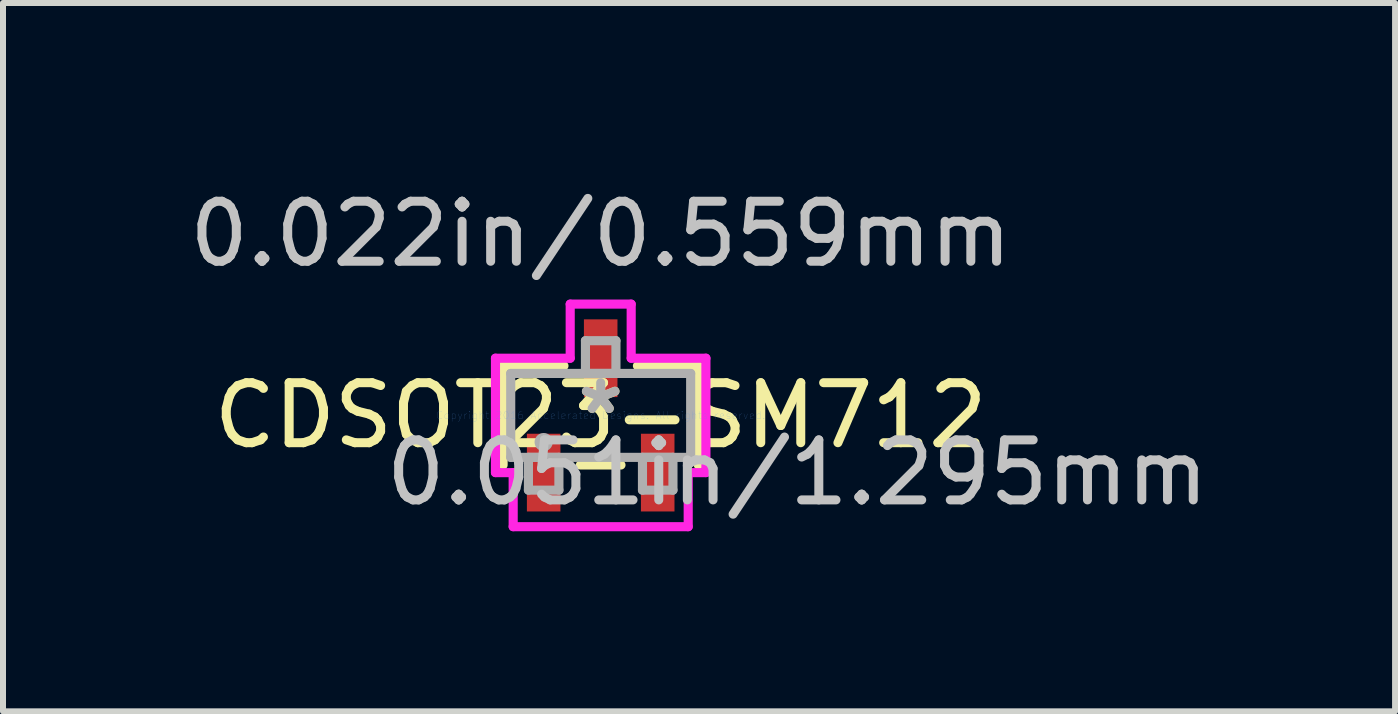
<source format=kicad_pcb>
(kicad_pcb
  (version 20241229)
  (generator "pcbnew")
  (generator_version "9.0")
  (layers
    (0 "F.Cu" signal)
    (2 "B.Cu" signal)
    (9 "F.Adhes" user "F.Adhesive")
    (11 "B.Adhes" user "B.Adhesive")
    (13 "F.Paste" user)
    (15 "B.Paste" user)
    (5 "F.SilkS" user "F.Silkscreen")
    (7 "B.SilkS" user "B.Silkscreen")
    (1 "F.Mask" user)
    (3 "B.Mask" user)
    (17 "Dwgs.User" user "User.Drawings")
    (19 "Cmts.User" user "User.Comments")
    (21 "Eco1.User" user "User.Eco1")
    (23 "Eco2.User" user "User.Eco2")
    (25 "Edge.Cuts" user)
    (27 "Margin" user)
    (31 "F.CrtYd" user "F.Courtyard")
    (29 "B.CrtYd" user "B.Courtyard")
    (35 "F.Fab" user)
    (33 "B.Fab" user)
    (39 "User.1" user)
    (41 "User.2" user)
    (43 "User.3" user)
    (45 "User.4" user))
  (footprint "CDSOT23-SM712"
    (layer "F.Cu")
    (at 6.958 3.871)
    (property "Reference" "CDSOT23-SM712" (at 0 0 0) (layer "F.SilkS") (effects (font (size 1 1) (thickness 0.15))))
    (attr through_hole)
    (fp_line (start -1.626 -0.826) (end -1.626 0.826) (stroke (width 0.152) (type solid)) (layer "F.SilkS"))
    (fp_line (start -0.612 -0.826) (end -1.626 -0.826) (stroke (width 0.152) (type solid)) (layer "F.SilkS"))
    (fp_line (start -0.338 0.826) (end 0.338 0.826) (stroke (width 0.152) (type solid)) (layer "F.SilkS"))
    (fp_line (start 1.626 -0.826) (end 0.612 -0.826) (stroke (width 0.152) (type solid)) (layer "F.SilkS"))
    (fp_line (start 1.626 0.826) (end 1.626 -0.826) (stroke (width 0.152) (type solid)) (layer "F.SilkS"))
    (fp_line (start -1.753 -0.953) (end -0.508 -0.953) (stroke (width 0.152) (type solid)) (layer "F.CrtYd"))
    (fp_line (start -1.753 0.953) (end -1.753 -0.953) (stroke (width 0.152) (type solid)) (layer "F.CrtYd"))
    (fp_line (start -1.458 0.953) (end -1.753 0.953) (stroke (width 0.152) (type solid)) (layer "F.CrtYd"))
    (fp_line (start -1.458 1.854) (end -1.458 0.953) (stroke (width 0.152) (type solid)) (layer "F.CrtYd"))
    (fp_line (start -0.508 -1.854) (end 0.508 -1.854) (stroke (width 0.152) (type solid)) (layer "F.CrtYd"))
    (fp_line (start -0.508 -0.953) (end -0.508 -1.854) (stroke (width 0.152) (type solid)) (layer "F.CrtYd"))
    (fp_line (start 0.508 -1.854) (end 0.508 -0.953) (stroke (width 0.152) (type solid)) (layer "F.CrtYd"))
    (fp_line (start 0.508 -0.953) (end 1.753 -0.953) (stroke (width 0.152) (type solid)) (layer "F.CrtYd"))
    (fp_line (start 1.458 0.953) (end 1.458 1.854) (stroke (width 0.152) (type solid)) (layer "F.CrtYd"))
    (fp_line (start 1.458 1.854) (end -1.458 1.854) (stroke (width 0.152) (type solid)) (layer "F.CrtYd"))
    (fp_line (start 1.753 -0.953) (end 1.753 0.953) (stroke (width 0.152) (type solid)) (layer "F.CrtYd"))
    (fp_line (start 1.753 0.953) (end 1.458 0.953) (stroke (width 0.152) (type solid)) (layer "F.CrtYd"))
    (fp_line (start -1.499 -0.699) (end -1.499 0.699) (stroke (width 0.152) (type solid)) (layer "F.Fab"))
    (fp_line (start -1.499 0.699) (end 1.499 0.699) (stroke (width 0.152) (type solid)) (layer "F.Fab"))
    (fp_line (start -1.204 0.699) (end -1.204 1.245) (stroke (width 0.152) (type solid)) (layer "F.Fab"))
    (fp_line (start -1.204 1.245) (end -0.696 1.245) (stroke (width 0.152) (type solid)) (layer "F.Fab"))
    (fp_line (start -0.696 0.699) (end -1.204 0.699) (stroke (width 0.152) (type solid)) (layer "F.Fab"))
    (fp_line (start -0.696 1.245) (end -0.696 0.699) (stroke (width 0.152) (type solid)) (layer "F.Fab"))
    (fp_line (start -0.254 -1.245) (end -0.254 -0.699) (stroke (width 0.152) (type solid)) (layer "F.Fab"))
    (fp_line (start -0.254 -0.699) (end 0.254 -0.699) (stroke (width 0.152) (type solid)) (layer "F.Fab"))
    (fp_line (start 0.254 -1.245) (end -0.254 -1.245) (stroke (width 0.152) (type solid)) (layer "F.Fab"))
    (fp_line (start 0.254 -0.699) (end 0.254 -1.245) (stroke (width 0.152) (type solid)) (layer "F.Fab"))
    (fp_line (start 0.696 0.699) (end 0.696 1.245) (stroke (width 0.152) (type solid)) (layer "F.Fab"))
    (fp_line (start 0.696 1.245) (end 1.204 1.245) (stroke (width 0.152) (type solid)) (layer "F.Fab"))
    (fp_line (start 1.204 0.699) (end 0.696 0.699) (stroke (width 0.152) (type solid)) (layer "F.Fab"))
    (fp_line (start 1.204 1.245) (end 1.204 0.699) (stroke (width 0.152) (type solid)) (layer "F.Fab"))
    (fp_line (start 1.499 -0.699) (end -1.499 -0.699) (stroke (width 0.152) (type solid)) (layer "F.Fab"))
    (fp_line (start 1.499 0.699) (end 1.499 -0.699) (stroke (width 0.152) (type solid)) (layer "F.Fab"))
    (fp_circle (center -0.95 0.445) (end -0.95 0.445) (stroke (width 0.152) (type solid)) (fill no) (layer "F.Fab"))
    (fp_text user "*" (at 0 0 0) (layer "F.SilkS") (effects (font (size 1 1) (thickness 0.15))))
    (fp_text user "0.051in/1.295mm" (at 3.277 0.953 0) (layer "Dwgs.User") (effects (font (size 1 1) (thickness 0.15))))
    (fp_text user "0.022in/0.559mm" (at 0 -3.023 0) (layer "Dwgs.User") (effects (font (size 1 1) (thickness 0.15))))
    (fp_text user "Copyright 2016 Accelerated Designs. All rights reserved." (at 0 0 0) (layer "Cmts.User") (effects (font (size 0.127 0.127) (thickness 0.002))))
    (fp_text user "*" (at 0 0 0) (layer "F.Fab") (effects (font (size 1 1) (thickness 0.15))))
    (pad "1" smd rect (at -0.95 0.953) (size 0.559 1.295) (layers "F.Cu" "F.Mask" "F.Paste"))
    (pad "2" smd rect (at 0.95 0.953) (size 0.559 1.295) (layers "F.Cu" "F.Mask" "F.Paste"))
    (pad "3" smd rect (at 0 -0.953) (size 0.559 1.295) (layers "F.Cu" "F.Mask" "F.Paste")))
  (gr_rect
    (start -3 -3)
    (end 20.193 8.801)
    (stroke (width 0.1) (type default))
    (fill no)
    (layer "Edge.Cuts")))
</source>
